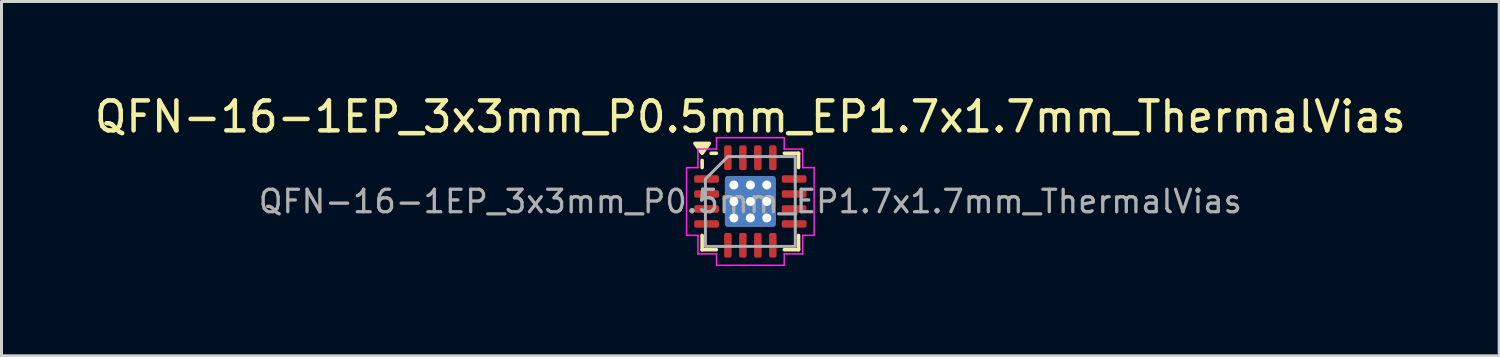
<source format=kicad_pcb>
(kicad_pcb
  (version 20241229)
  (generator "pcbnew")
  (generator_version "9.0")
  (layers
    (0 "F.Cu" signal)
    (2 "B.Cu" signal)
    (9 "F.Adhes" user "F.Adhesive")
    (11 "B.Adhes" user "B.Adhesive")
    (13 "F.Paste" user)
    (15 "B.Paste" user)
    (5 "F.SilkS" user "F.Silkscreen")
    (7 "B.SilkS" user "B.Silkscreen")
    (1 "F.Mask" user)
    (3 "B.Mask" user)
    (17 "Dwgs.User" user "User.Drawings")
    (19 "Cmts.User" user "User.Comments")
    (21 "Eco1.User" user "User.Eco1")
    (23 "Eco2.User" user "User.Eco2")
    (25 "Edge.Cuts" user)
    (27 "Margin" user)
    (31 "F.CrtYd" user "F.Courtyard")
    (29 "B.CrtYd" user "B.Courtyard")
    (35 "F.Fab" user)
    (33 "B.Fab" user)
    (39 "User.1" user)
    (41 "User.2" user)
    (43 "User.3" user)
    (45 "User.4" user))
  (footprint "QFN-16-1EP_3x3mm_P0.5mm_EP1.7x1.7mm_ThermalVias"
    (layer "F.Cu")
    (at 22.006 3.678)
    (property "Reference" "QFN-16-1EP_3x3mm_P0.5mm_EP1.7x1.7mm_ThermalVias" (at 0 -2.83 0) (layer "F.SilkS") (effects (font (size 1 1) (thickness 0.15))))
    (attr smd)
    (fp_line (start -1.61 -1.135) (end -1.61 -1.37) (stroke (width 0.12) (type solid)) (layer "F.SilkS"))
    (fp_line (start -1.61 1.61) (end -1.61 1.135) (stroke (width 0.12) (type solid)) (layer "F.SilkS"))
    (fp_line (start -1.135 -1.61) (end -1.31 -1.61) (stroke (width 0.12) (type solid)) (layer "F.SilkS"))
    (fp_line (start -1.135 1.61) (end -1.61 1.61) (stroke (width 0.12) (type solid)) (layer "F.SilkS"))
    (fp_line (start 1.135 -1.61) (end 1.61 -1.61) (stroke (width 0.12) (type solid)) (layer "F.SilkS"))
    (fp_line (start 1.135 1.61) (end 1.61 1.61) (stroke (width 0.12) (type solid)) (layer "F.SilkS"))
    (fp_line (start 1.61 -1.61) (end 1.61 -1.135) (stroke (width 0.12) (type solid)) (layer "F.SilkS"))
    (fp_line (start 1.61 1.61) (end 1.61 1.135) (stroke (width 0.12) (type solid)) (layer "F.SilkS"))
    (fp_poly (pts (xy -1.61 -1.61) (xy -1.85 -1.94) (xy -1.37 -1.94)) (stroke (width 0.12) (type solid)) (fill yes) (layer "F.SilkS"))
    (fp_line (start -2.13 -1.13) (end -1.75 -1.13) (stroke (width 0.05) (type solid)) (layer "F.CrtYd"))
    (fp_line (start -2.13 1.13) (end -2.13 -1.13) (stroke (width 0.05) (type solid)) (layer "F.CrtYd"))
    (fp_line (start -1.75 -1.75) (end -1.13 -1.75) (stroke (width 0.05) (type solid)) (layer "F.CrtYd"))
    (fp_line (start -1.75 -1.13) (end -1.75 -1.75) (stroke (width 0.05) (type solid)) (layer "F.CrtYd"))
    (fp_line (start -1.75 1.13) (end -2.13 1.13) (stroke (width 0.05) (type solid)) (layer "F.CrtYd"))
    (fp_line (start -1.75 1.75) (end -1.75 1.13) (stroke (width 0.05) (type solid)) (layer "F.CrtYd"))
    (fp_line (start -1.13 -2.13) (end 1.13 -2.13) (stroke (width 0.05) (type solid)) (layer "F.CrtYd"))
    (fp_line (start -1.13 -1.75) (end -1.13 -2.13) (stroke (width 0.05) (type solid)) (layer "F.CrtYd"))
    (fp_line (start -1.13 1.75) (end -1.75 1.75) (stroke (width 0.05) (type solid)) (layer "F.CrtYd"))
    (fp_line (start -1.13 2.13) (end -1.13 1.75) (stroke (width 0.05) (type solid)) (layer "F.CrtYd"))
    (fp_line (start 1.13 -2.13) (end 1.13 -1.75) (stroke (width 0.05) (type solid)) (layer "F.CrtYd"))
    (fp_line (start 1.13 -1.75) (end 1.75 -1.75) (stroke (width 0.05) (type solid)) (layer "F.CrtYd"))
    (fp_line (start 1.13 1.75) (end 1.13 2.13) (stroke (width 0.05) (type solid)) (layer "F.CrtYd"))
    (fp_line (start 1.13 2.13) (end -1.13 2.13) (stroke (width 0.05) (type solid)) (layer "F.CrtYd"))
    (fp_line (start 1.75 -1.75) (end 1.75 -1.13) (stroke (width 0.05) (type solid)) (layer "F.CrtYd"))
    (fp_line (start 1.75 -1.13) (end 2.13 -1.13) (stroke (width 0.05) (type solid)) (layer "F.CrtYd"))
    (fp_line (start 1.75 1.13) (end 1.75 1.75) (stroke (width 0.05) (type solid)) (layer "F.CrtYd"))
    (fp_line (start 1.75 1.75) (end 1.13 1.75) (stroke (width 0.05) (type solid)) (layer "F.CrtYd"))
    (fp_line (start 2.13 -1.13) (end 2.13 1.13) (stroke (width 0.05) (type solid)) (layer "F.CrtYd"))
    (fp_line (start 2.13 1.13) (end 1.75 1.13) (stroke (width 0.05) (type solid)) (layer "F.CrtYd"))
    (fp_poly (pts (xy -1.5 -0.75) (xy -1.5 1.5) (xy 1.5 1.5) (xy 1.5 -1.5) (xy -0.75 -1.5)) (stroke (width 0.1) (type solid)) (fill no) (layer "F.Fab"))
    (fp_text user "${REFERENCE}" (at 0 0 0) (layer "F.Fab") (effects (font (size 0.75 0.75) (thickness 0.11))))
    (pad "" smd roundrect (at -0.425 -0.425) (size 0.69 0.69) (layers "F.Paste") (roundrect_rratio 0.25))
    (pad "" smd roundrect (at -0.425 0.425) (size 0.69 0.69) (layers "F.Paste") (roundrect_rratio 0.25))
    (pad "" smd roundrect (at 0.425 -0.425) (size 0.69 0.69) (layers "F.Paste") (roundrect_rratio 0.25))
    (pad "" smd roundrect (at 0.425 0.425) (size 0.69 0.69) (layers "F.Paste") (roundrect_rratio 0.25))
    (pad "1" smd roundrect (at -1.462 -0.75) (size 0.825 0.25) (layers "F.Cu" "F.Mask" "F.Paste") (roundrect_rratio 0.25))
    (pad "2" smd roundrect (at -1.462 -0.25) (size 0.825 0.25) (layers "F.Cu" "F.Mask" "F.Paste") (roundrect_rratio 0.25))
    (pad "3" smd roundrect (at -1.462 0.25) (size 0.825 0.25) (layers "F.Cu" "F.Mask" "F.Paste") (roundrect_rratio 0.25))
    (pad "4" smd roundrect (at -1.462 0.75) (size 0.825 0.25) (layers "F.Cu" "F.Mask" "F.Paste") (roundrect_rratio 0.25))
    (pad "5" smd roundrect (at -0.75 1.462) (size 0.25 0.825) (layers "F.Cu" "F.Mask" "F.Paste") (roundrect_rratio 0.25))
    (pad "6" smd roundrect (at -0.25 1.462) (size 0.25 0.825) (layers "F.Cu" "F.Mask" "F.Paste") (roundrect_rratio 0.25))
    (pad "7" smd roundrect (at 0.25 1.462) (size 0.25 0.825) (layers "F.Cu" "F.Mask" "F.Paste") (roundrect_rratio 0.25))
    (pad "8" smd roundrect (at 0.75 1.462) (size 0.25 0.825) (layers "F.Cu" "F.Mask" "F.Paste") (roundrect_rratio 0.25))
    (pad "9" smd roundrect (at 1.462 0.75) (size 0.825 0.25) (layers "F.Cu" "F.Mask" "F.Paste") (roundrect_rratio 0.25))
    (pad "10" smd roundrect (at 1.462 0.25) (size 0.825 0.25) (layers "F.Cu" "F.Mask" "F.Paste") (roundrect_rratio 0.25))
    (pad "11" smd roundrect (at 1.462 -0.25) (size 0.825 0.25) (layers "F.Cu" "F.Mask" "F.Paste") (roundrect_rratio 0.25))
    (pad "12" smd roundrect (at 1.462 -0.75) (size 0.825 0.25) (layers "F.Cu" "F.Mask" "F.Paste") (roundrect_rratio 0.25))
    (pad "13" smd roundrect (at 0.75 -1.462) (size 0.25 0.825) (layers "F.Cu" "F.Mask" "F.Paste") (roundrect_rratio 0.25))
    (pad "14" smd roundrect (at 0.25 -1.462) (size 0.25 0.825) (layers "F.Cu" "F.Mask" "F.Paste") (roundrect_rratio 0.25))
    (pad "15" smd roundrect (at -0.25 -1.462) (size 0.25 0.825) (layers "F.Cu" "F.Mask" "F.Paste") (roundrect_rratio 0.25))
    (pad "16" smd roundrect (at -0.75 -1.462) (size 0.25 0.825) (layers "F.Cu" "F.Mask" "F.Paste") (roundrect_rratio 0.25))
    (pad "17" thru_hole circle (at -0.55 -0.55) (size 0.6 0.6) (drill 0.3) (property pad_prop_heatsink) (layers "*.Cu"))
    (pad "17" thru_hole circle (at -0.55 0) (size 0.6 0.6) (drill 0.3) (property pad_prop_heatsink) (layers "*.Cu"))
    (pad "17" thru_hole circle (at -0.55 0.55) (size 0.6 0.6) (drill 0.3) (property pad_prop_heatsink) (layers "*.Cu"))
    (pad "17" thru_hole circle (at 0 -0.55) (size 0.6 0.6) (drill 0.3) (property pad_prop_heatsink) (layers "*.Cu"))
    (pad "17" thru_hole circle (at 0 0) (size 0.6 0.6) (drill 0.3) (property pad_prop_heatsink) (layers "*.Cu"))
    (pad "17" smd roundrect (at 0 0) (size 1.7 1.7) (property pad_prop_heatsink) (layers "F.Cu" "F.Mask") (roundrect_rratio 0.059))
    (pad "17" smd roundrect (at 0 0) (size 1.7 1.7) (property pad_prop_heatsink) (layers "B.Cu") (roundrect_rratio 0.059))
    (pad "17" thru_hole circle (at 0 0.55) (size 0.6 0.6) (drill 0.3) (property pad_prop_heatsink) (layers "*.Cu"))
    (pad "17" thru_hole circle (at 0.55 -0.55) (size 0.6 0.6) (drill 0.3) (property pad_prop_heatsink) (layers "*.Cu"))
    (pad "17" thru_hole circle (at 0.55 0) (size 0.6 0.6) (drill 0.3) (property pad_prop_heatsink) (layers "*.Cu"))
    (pad "17" thru_hole circle (at 0.55 0.55) (size 0.6 0.6) (drill 0.3) (property pad_prop_heatsink) (layers "*.Cu")))
  (gr_rect
    (start -3 -3)
    (end 47.012 8.833)
    (stroke (width 0.1) (type default))
    (fill no)
    (layer "Edge.Cuts")))
</source>
